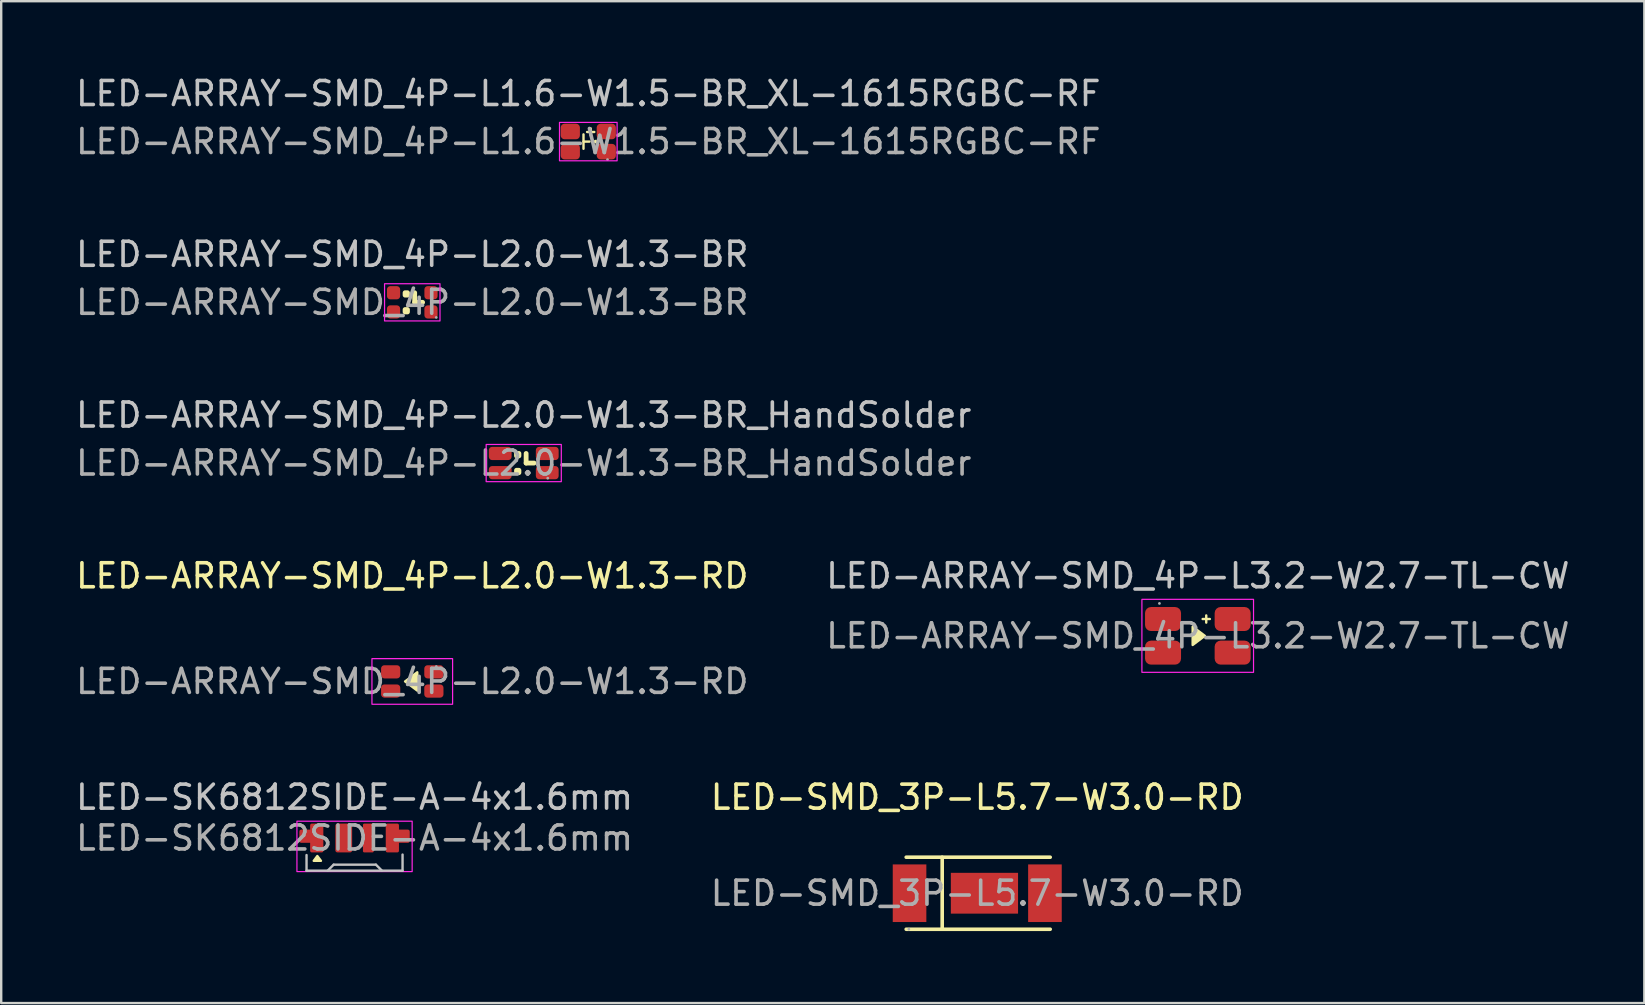
<source format=kicad_pcb>
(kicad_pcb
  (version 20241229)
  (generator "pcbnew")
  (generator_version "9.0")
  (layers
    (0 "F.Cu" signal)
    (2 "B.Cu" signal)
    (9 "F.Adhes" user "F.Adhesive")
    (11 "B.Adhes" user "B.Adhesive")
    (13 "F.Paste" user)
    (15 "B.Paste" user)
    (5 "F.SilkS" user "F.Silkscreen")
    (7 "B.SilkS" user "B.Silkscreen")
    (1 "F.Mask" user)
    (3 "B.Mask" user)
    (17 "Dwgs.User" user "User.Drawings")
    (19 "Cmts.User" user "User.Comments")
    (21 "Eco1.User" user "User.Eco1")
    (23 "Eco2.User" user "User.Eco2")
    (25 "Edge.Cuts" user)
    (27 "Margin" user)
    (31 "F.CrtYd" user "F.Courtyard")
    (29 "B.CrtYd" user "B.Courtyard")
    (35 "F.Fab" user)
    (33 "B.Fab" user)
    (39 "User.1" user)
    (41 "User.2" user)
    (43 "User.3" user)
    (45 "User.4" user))
  (footprint "LED-ARRAY-SMD_4P-L2.0-W1.3-RD"
    (layer "F.Cu")
    (at 14.125 25.338)
    (property "Reference" "LED-ARRAY-SMD_4P-L2.0-W1.3-RD" (at 0 -4.4 0) (layer "F.SilkS") (effects (font (size 1 1) (thickness 0.15))))
    (attr smd)
    (fp_poly (pts (xy 0.208 -0.381) (xy 0.208 0.381) (xy -0.3 0)) (stroke (width 0.1) (type solid)) (fill yes) (layer "F.SilkS"))
    (fp_rect (start -1.68 -0.95) (end 1.68 0.95) (stroke (width 0.05) (type default)) (fill no) (layer "F.CrtYd"))
    (fp_circle (center 1 -0.62) (end 1.03 -0.62) (stroke (width 0.06) (type solid)) (fill no) (layer "F.Fab"))
    (fp_text user "${REFERENCE}" (at 0 0 0) (layer "F.Fab") (effects (font (size 1 1) (thickness 0.15))))
    (pad "1" smd roundrect (at 0.9 -0.4 270) (size 0.55 0.8) (layers "F.Cu" "F.Mask" "F.Paste") (roundrect_rratio 0.25))
    (pad "2" smd roundrect (at -0.9 -0.4 270) (size 0.55 0.8) (layers "F.Cu" "F.Mask" "F.Paste") (roundrect_rratio 0.25))
    (pad "3" smd roundrect (at 0.9 0.4 270) (size 0.55 0.8) (layers "F.Cu" "F.Mask" "F.Paste") (roundrect_rratio 0.25))
    (pad "4" smd roundrect (at -0.9 0.4 270) (size 0.55 0.8) (layers "F.Cu" "F.Mask" "F.Paste") (roundrect_rratio 0.25)))
  (footprint "LED-SK6812SIDE-A-4x1.6mm"
    (layer "F.Cu")
    (at 11.72 31.861)
    (property "Reference" "LED-SK6812SIDE-A-4x1.6mm" (at 0 -1.7 0) (layer "Dwgs.User") (effects (font (size 1 1) (thickness 0.15))))
    (attr smd)
    (fp_poly (pts (xy -1.55 0.75) (xy -1.4 0.95) (xy -1.7 0.95)) (stroke (width 0.1) (type solid)) (fill yes) (layer "F.SilkS"))
    (fp_line (start -2 1.36) (end -2 0.71) (stroke (width 0.1) (type solid)) (layer "Dwgs.User"))
    (fp_line (start -1.12 1.36) (end -0.87 1.11) (stroke (width 0.1) (type solid)) (layer "Dwgs.User"))
    (fp_line (start -0.87 1.11) (end 0.89 1.11) (stroke (width 0.1) (type solid)) (layer "Dwgs.User"))
    (fp_line (start 0.89 1.11) (end 1.14 1.36) (stroke (width 0.1) (type solid)) (layer "Dwgs.User"))
    (fp_line (start 2 0.69) (end 2 1.36) (stroke (width 0.1) (type solid)) (layer "Dwgs.User"))
    (fp_line (start 2 1.36) (end -2 1.36) (stroke (width 0.1) (type solid)) (layer "Dwgs.User"))
    (fp_rect (start -2.4 -0.7) (end 2.4 1.4) (stroke (width 0.05) (type default)) (fill no) (layer "F.CrtYd"))
    (fp_text user "${REFERENCE}" (at 0 0 0) (layer "F.Fab") (effects (font (size 1 1) (thickness 0.15))))
    (pad "1" smd custom (at -1.575 0) (size 0.55 0.55) (layers "F.Cu" "F.Mask" "F.Paste") (options (anchor circle)) (primitives (gr_poly (pts (xy -0.275 -0.531) (xy -0.27 -0.558) (xy -0.255 -0.58) (xy -0.233 -0.595) (xy -0.206 -0.6) (xy 0.206 -0.6) (xy 0.233 -0.595) (xy 0.255 -0.58) (xy 0.27 -0.558) (xy 0.275 -0.531) (xy 0.275 0.531) (xy 0.27 0.558) (xy 0.255 0.58) (xy 0.233 0.595) (xy 0.206 0.6) (xy -0.206 0.6) (xy -0.233 0.595) (xy -0.255 0.58) (xy -0.27 0.558) (xy -0.275 0.531)) (width 0) (fill yes)) (gr_rect (start -0.725 -0.281) (end 0.275 0.131) (width 0) (fill yes)) (gr_circle (center -0.656 0.131) (end -0.588 0.131) (width 0) (fill yes)) (gr_circle (center -0.656 -0.281) (end -0.588 -0.281) (width 0) (fill yes)) (gr_rect (start -0.656 -0.35) (end 0.275 0.2) (width 0) (fill yes))))
    (pad "2" smd roundrect (at -0.45 0) (size 0.7 1.2) (layers "F.Cu" "F.Mask" "F.Paste") (roundrect_rratio 0.125))
    (pad "3" smd roundrect (at 0.575 0) (size 0.45 1.2) (layers "F.Cu" "F.Mask" "F.Paste") (roundrect_rratio 0.125))
    (pad "4" smd custom (at 1.575 0) (size 0.55 0.55) (layers "F.Cu" "F.Mask" "F.Paste") (options (anchor circle)) (primitives (gr_poly (pts (xy 0.275 -0.531) (xy 0.27 -0.558) (xy 0.255 -0.58) (xy 0.233 -0.595) (xy 0.206 -0.6) (xy -0.206 -0.6) (xy -0.233 -0.595) (xy -0.255 -0.58) (xy -0.27 -0.558) (xy -0.275 -0.531) (xy -0.275 0.531) (xy -0.27 0.558) (xy -0.255 0.58) (xy -0.233 0.595) (xy -0.206 0.6) (xy 0.206 0.6) (xy 0.233 0.595) (xy 0.255 0.58) (xy 0.27 0.558) (xy 0.275 0.531)) (width 0) (fill yes)) (gr_rect (start -0.275 -0.281) (end 0.725 0.131) (width 0) (fill yes)) (gr_circle (center 0.656 0.131) (end 0.588 0.131) (width 0) (fill yes)) (gr_circle (center 0.656 -0.281) (end 0.588 -0.281) (width 0) (fill yes)) (gr_rect (start -0.275 -0.35) (end 0.656 0.2) (width 0) (fill yes)))))
  (footprint "LED-ARRAY-SMD_4P-L2.0-W1.3-BR_HandSolder"
    (layer "F.Cu")
    (at 18.768 16.241)
    (property "Reference" "LED-ARRAY-SMD_4P-L2.0-W1.3-BR_HandSolder" (at 0 -2 0) (layer "Dwgs.User") (effects (font (size 1 1) (thickness 0.15))))
    (attr smd)
    (fp_line (start 0.1 0) (end 0.1 -0.4) (stroke (width 0.2) (type solid)) (layer "F.SilkS"))
    (fp_line (start 0.1 0) (end 0.43 0) (stroke (width 0.2) (type solid)) (layer "F.SilkS"))
    (fp_rect (start -0.3 -0.4) (end -0.2 -0.3) (stroke (width 0.2) (type default)) (fill yes) (layer "F.SilkS"))
    (fp_rect (start -0.3 0.3) (end -0.2 0.4) (stroke (width 0.2) (type default)) (fill yes) (layer "F.SilkS"))
    (fp_rect (start -1.565 -0.775) (end 1.565 0.775) (stroke (width 0.05) (type default)) (fill no) (layer "F.CrtYd"))
    (fp_circle (center 1 0.63) (end 1.03 0.63) (stroke (width 0.06) (type solid)) (fill no) (layer "F.Fab"))
    (fp_text user "${REFERENCE}" (at 0 0 0) (layer "F.Fab") (effects (font (size 1 1) (thickness 0.15))))
    (pad "1" smd roundrect (at 0.98 0.4 180) (size 0.95 0.55) (layers "F.Cu" "F.Mask" "F.Paste") (roundrect_rratio 0.25))
    (pad "2" smd roundrect (at -0.98 0.4 180) (size 0.95 0.55) (layers "F.Cu" "F.Mask" "F.Paste") (roundrect_rratio 0.25))
    (pad "3" smd roundrect (at 0.98 -0.4 180) (size 0.95 0.55) (layers "F.Cu" "F.Mask" "F.Paste") (roundrect_rratio 0.25))
    (pad "4" smd roundrect (at -0.98 -0.4 180) (size 0.95 0.55) (layers "F.Cu" "F.Mask" "F.Paste") (roundrect_rratio 0.25)))
  (footprint "LED-ARRAY-SMD_4P-L3.2-W2.7-TL-CW"
    (layer "F.Cu")
    (at 46.851 23.438)
    (property "Reference" "LED-ARRAY-SMD_4P-L3.2-W2.7-TL-CW" (at 0 -2.5 0) (layer "Dwgs.User") (effects (font (size 1 1) (thickness 0.15))))
    (attr smd)
    (fp_line (start 0.35 -0.55) (end 0.35 -0.85) (stroke (width 0.1) (type default)) (layer "F.SilkS"))
    (fp_line (start 0.5 -0.7) (end 0.2 -0.7) (stroke (width 0.1) (type default)) (layer "F.SilkS"))
    (fp_poly (pts (xy -0.216 0.381) (xy -0.216 -0.381) (xy 0.292 0)) (stroke (width 0.1) (type solid)) (fill yes) (layer "F.SilkS"))
    (fp_rect (start -2.33 -1.52) (end 2.32 1.52) (stroke (width 0.05) (type default)) (fill no) (layer "F.CrtYd"))
    (fp_circle (center -1.6 -1.35) (end -1.57 -1.35) (stroke (width 0.06) (type solid)) (fill no) (layer "F.Fab"))
    (fp_text user "${REFERENCE}" (at 0 0 0) (layer "F.Fab") (effects (font (size 1 1) (thickness 0.15))))
    (pad "1" smd roundrect (at 1.45 0.7 180) (size 1.5 1) (layers "F.Cu" "F.Mask" "F.Paste") (roundrect_rratio 0.25))
    (pad "2" smd roundrect (at -1.45 0.7 180) (size 1.5 1) (layers "F.Cu" "F.Mask" "F.Paste") (roundrect_rratio 0.25))
    (pad "3" smd roundrect (at 1.45 -0.7 180) (size 1.5 1) (layers "F.Cu" "F.Mask" "F.Paste") (roundrect_rratio 0.25))
    (pad "4" smd roundrect (at -1.45 -0.7 180) (size 1.5 1) (layers "F.Cu" "F.Mask" "F.Paste") (roundrect_rratio 0.25)))
  (footprint "LED-ARRAY-SMD_4P-L1.6-W1.5-BR_XL-1615RGBC-RF"
    (layer "F.Cu")
    (at 21.458 2.848)
    (property "Reference" "LED-ARRAY-SMD_4P-L1.6-W1.5-BR_XL-1615RGBC-RF" (at 0 -2 0) (layer "Dwgs.User") (effects (font (size 1 1) (thickness 0.15))))
    (attr smd)
    (fp_line (start -0.2 -0.3) (end -0.2 0.3) (stroke (width 0.1) (type default)) (layer "F.SilkS"))
    (fp_line (start -0.2 0) (end 0.05 0) (stroke (width 0.1) (type default)) (layer "F.SilkS"))
    (fp_line (start -0.05 -0.4) (end 0.25 -0.4) (stroke (width 0.1) (type default)) (layer "F.SilkS"))
    (fp_line (start 0.1 -0.55) (end 0.1 -0.25) (stroke (width 0.1) (type default)) (layer "F.SilkS"))
    (fp_line (start 0.3 0) (end 0.3 0) (stroke (width 0.15) (type default)) (layer "F.SilkS"))
    (fp_rect (start -1.2 -0.8) (end 1.2 0.8) (stroke (width 0.05) (type default)) (fill no) (layer "F.CrtYd"))
    (fp_circle (center 0.8 0.75) (end 0.83 0.75) (stroke (width 0.06) (type solid)) (fill no) (layer "F.Fab"))
    (fp_text user "${REFERENCE}" (at 0 0 0) (layer "F.Fab") (effects (font (size 1 1) (thickness 0.15))))
    (pad "1" smd roundrect (at 0.75 0.42 180) (size 0.8 0.65) (layers "F.Cu" "F.Mask" "F.Paste") (roundrect_rratio 0.25))
    (pad "2" smd roundrect (at 0.75 -0.42 180) (size 0.8 0.65) (layers "F.Cu" "F.Mask" "F.Paste") (roundrect_rratio 0.25))
    (pad "3" smd roundrect (at -0.75 -0.42 180) (size 0.8 0.65) (layers "F.Cu" "F.Mask" "F.Paste") (roundrect_rratio 0.25))
    (pad "4" smd roundrect (at -0.75 0.42 180) (size 0.8 0.65) (layers "F.Cu" "F.Mask" "F.Paste") (roundrect_rratio 0.25)))
  (footprint "LED-SMD_3P-L5.7-W3.0-RD"
    (layer "F.Cu")
    (at 37.661 34.161)
    (property "Reference" "LED-SMD_3P-L5.7-W3.0-RD" (at 0 -4 0) (layer "F.SilkS") (effects (font (size 1 1) (thickness 0.15))))
    (attr smd)
    (fp_line (start -1.46 -1.5) (end -1.46 1.5) (stroke (width 0.15) (type solid)) (layer "F.SilkS"))
    (fp_line (start 3.04 -1.5) (end -2.96 -1.5) (stroke (width 0.15) (type solid)) (layer "F.SilkS"))
    (fp_line (start 3.04 1.5) (end -2.96 1.5) (stroke (width 0.15) (type solid)) (layer "F.SilkS"))
    (fp_circle (center -2.85 1.5) (end -2.82 1.5) (stroke (width 0.06) (type solid)) (fill no) (layer "F.Fab"))
    (fp_text user "${REFERENCE}" (at 0 0 0) (layer "F.Fab") (effects (font (size 1 1) (thickness 0.15))))
    (pad "1" smd rect (at -2.82 0 90) (size 2.4 1.4) (layers "F.Cu" "F.Mask" "F.Paste"))
    (pad "2" smd rect (at 2.82 0 270) (size 2.4 1.4) (layers "F.Cu" "F.Mask" "F.Paste"))
    (pad "3" smd rect (at 0.3 0 180) (size 2.8 1.7) (layers "F.Cu" "F.Mask" "F.Paste")))
  (footprint "LED-ARRAY-SMD_4P-L2.0-W1.3-BR"
    (layer "F.Cu")
    (at 14.125 9.545)
    (property "Reference" "LED-ARRAY-SMD_4P-L2.0-W1.3-BR" (at 0 -2 0) (layer "Dwgs.User") (effects (font (size 1 1) (thickness 0.15))))
    (attr smd)
    (fp_line (start 0.1 0) (end 0.1 -0.4) (stroke (width 0.2) (type solid)) (layer "F.SilkS"))
    (fp_line (start 0.1 0) (end 0.43 0) (stroke (width 0.2) (type solid)) (layer "F.SilkS"))
    (fp_rect (start -0.3 -0.4) (end -0.2 -0.3) (stroke (width 0.2) (type default)) (fill yes) (layer "F.SilkS"))
    (fp_rect (start -0.3 0.3) (end -0.2 0.4) (stroke (width 0.2) (type default)) (fill yes) (layer "F.SilkS"))
    (fp_rect (start -1.155 -0.775) (end 1.155 0.775) (stroke (width 0.05) (type default)) (fill no) (layer "F.CrtYd"))
    (fp_circle (center 1 0.63) (end 1.03 0.63) (stroke (width 0.06) (type solid)) (fill no) (layer "F.Fab"))
    (fp_text user "${REFERENCE}" (at 0 0 0) (layer "F.Fab") (effects (font (size 1 1) (thickness 0.15))))
    (pad "1" smd roundrect (at 0.78 0.4 180) (size 0.55 0.55) (layers "F.Cu" "F.Mask" "F.Paste") (roundrect_rratio 0.25))
    (pad "2" smd roundrect (at -0.78 0.4 180) (size 0.55 0.55) (layers "F.Cu" "F.Mask" "F.Paste") (roundrect_rratio 0.25))
    (pad "3" smd roundrect (at 0.78 -0.4 180) (size 0.55 0.55) (layers "F.Cu" "F.Mask" "F.Paste") (roundrect_rratio 0.25))
    (pad "4" smd roundrect (at -0.78 -0.4 180) (size 0.55 0.55) (layers "F.Cu" "F.Mask" "F.Paste") (roundrect_rratio 0.25)))
  (gr_rect
    (start -3 -3)
    (end 65.452 38.736)
    (stroke (width 0.1) (type default))
    (fill no)
    (layer "Edge.Cuts")))
</source>
